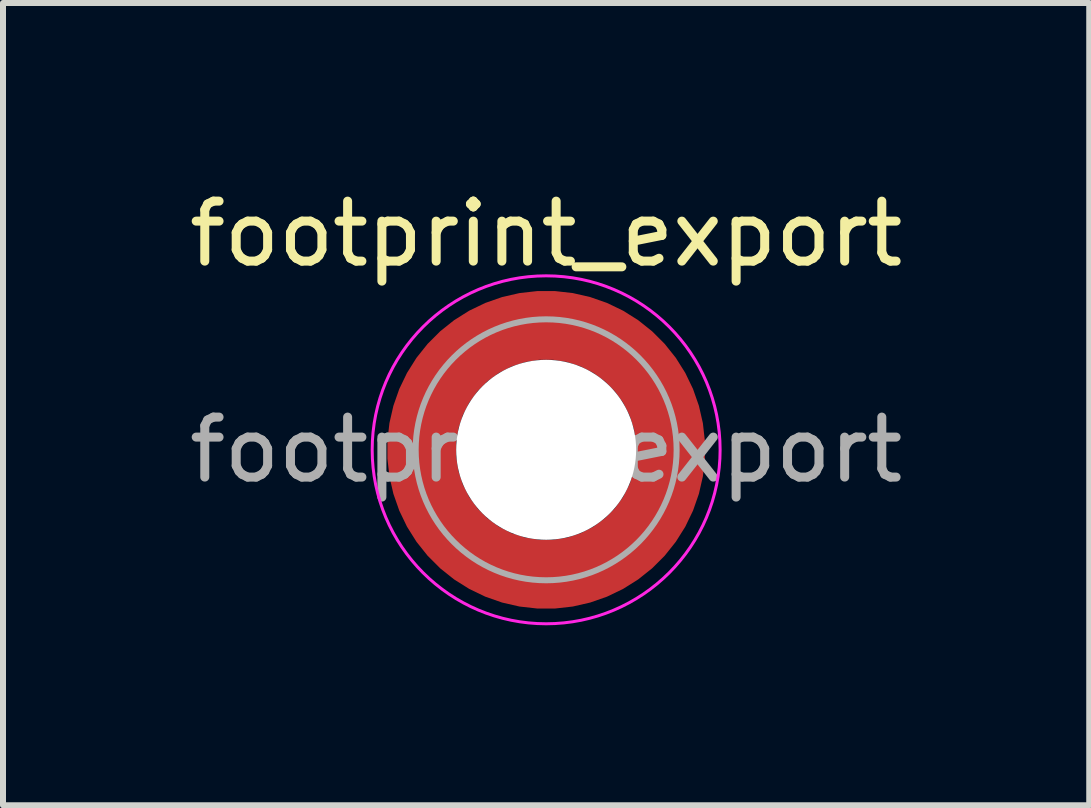
<source format=kicad_pcb>
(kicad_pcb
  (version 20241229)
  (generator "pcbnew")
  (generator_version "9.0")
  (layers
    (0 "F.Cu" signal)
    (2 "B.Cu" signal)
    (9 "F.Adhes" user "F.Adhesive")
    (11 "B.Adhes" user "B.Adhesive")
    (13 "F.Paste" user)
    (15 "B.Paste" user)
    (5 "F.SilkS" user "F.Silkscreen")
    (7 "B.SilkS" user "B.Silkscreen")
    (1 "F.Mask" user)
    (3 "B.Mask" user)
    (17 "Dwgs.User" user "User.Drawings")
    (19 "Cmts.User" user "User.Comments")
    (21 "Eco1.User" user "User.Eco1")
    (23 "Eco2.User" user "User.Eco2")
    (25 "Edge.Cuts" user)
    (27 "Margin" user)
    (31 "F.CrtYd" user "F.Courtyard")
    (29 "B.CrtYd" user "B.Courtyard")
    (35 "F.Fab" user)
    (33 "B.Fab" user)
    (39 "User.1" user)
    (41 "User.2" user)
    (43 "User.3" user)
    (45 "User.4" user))
  (footprint "footprint_export"
    (layer "F.Cu")
    (at 6.054 4.448)
    (property "Reference" "footprint_export" (at 0 -3.6 0) (layer "F.SilkS") (effects (font (size 1 1) (thickness 0.15))))
    (attr smd)
    (fp_circle (center 0 0) (end 2.9 0) (stroke (width 0.05) (type solid)) (fill no) (layer "F.CrtYd"))
    (fp_circle (center 0 0) (end 2.175 0) (stroke (width 0.1) (type solid)) (fill no) (layer "F.Fab"))
    (fp_text user "${REFERENCE}" (at 0 0 0) (layer "F.Fab") (effects (font (size 1 1) (thickness 0.15))))
    (pad "" smd custom (at -1.453 -1.453) (size 0.61 0.61) (layers "F.Paste") (options (anchor circle)) (primitives (gr_arc (start -0.147677 1.053104) (mid 0.285964 0.286792) (end 1.051968 -0.147393) (width 0.2)) (gr_arc (start -0.240295 1.053104) (mid 0.22253 0.222946) (end 1.052531 -0.24016) (width 0.2)) (gr_arc (start -0.332645 1.053104) (mid 0.158548 0.15965) (end 1.051583 -0.332304) (width 0.2)) (gr_arc (start -0.424767 1.053104) (mid 0.09486 0.096059) (end 1.051446 -0.424413) (width 0.2)) (gr_arc (start -0.516693 1.053104) (mid 0.031293 0.032346) (end 1.051645 -0.516396) (width 0.2)) (gr_arc (start -0.608448 1.053104) (mid -0.032323 -0.031316) (end 1.051707 -0.608176) (width 0.2)) (gr_arc (start -0.700056 1.053104) (mid -0.09616 -0.094758) (end 1.051155 -0.699693) (width 0.2)) (gr_arc (start -0.791534 1.053104) (mid -0.160388 -0.15781) (end 1.049515 -0.790891) (width 0.2)) (gr_arc (start -0.882896 1.053104) (mid -0.223713 -0.221764) (end 1.050388 -0.882429) (width 0.2)) (gr_arc (start -0.974157 1.053104) (mid -0.287654 -0.285101) (end 1.049541 -0.973567) (width 0.2)) (gr_line (start 1.053 -0.148) (end 1.053 -0.974) (width 0.2)) (gr_line (start -0.148 1.053) (end -0.974 1.053) (width 0.2))))
    (pad "" smd custom (at -1.453 1.453) (size 0.61 0.61) (layers "F.Paste") (options (anchor circle)) (primitives (gr_arc (start 1.053104 0.147677) (mid 0.286792 -0.285964) (end -0.147393 -1.051968) (width 0.2)) (gr_arc (start 1.053104 0.240295) (mid 0.222946 -0.22253) (end -0.24016 -1.052531) (width 0.2)) (gr_arc (start 1.053104 0.332645) (mid 0.15965 -0.158548) (end -0.332304 -1.051583) (width 0.2)) (gr_arc (start 1.053104 0.424767) (mid 0.096059 -0.09486) (end -0.424413 -1.051446) (width 0.2)) (gr_arc (start 1.053104 0.516693) (mid 0.032346 -0.031293) (end -0.516396 -1.051645) (width 0.2)) (gr_arc (start 1.053104 0.608448) (mid -0.031316 0.032323) (end -0.608176 -1.051707) (width 0.2)) (gr_arc (start 1.053104 0.700056) (mid -0.094758 0.09616) (end -0.699693 -1.051155) (width 0.2)) (gr_arc (start 1.053104 0.791534) (mid -0.15781 0.160388) (end -0.790891 -1.049515) (width 0.2)) (gr_arc (start 1.053104 0.882896) (mid -0.221764 0.223713) (end -0.882429 -1.050388) (width 0.2)) (gr_arc (start 1.053104 0.974157) (mid -0.285101 0.287654) (end -0.973567 -1.049541) (width 0.2)) (gr_line (start -0.148 -1.053) (end -0.974 -1.053) (width 0.2)) (gr_line (start 1.053 0.148) (end 1.053 0.974) (width 0.2))))
    (pad "" np_thru_hole circle (at 0 0) (size 3 3) (drill 3) (layers "*.Cu" "*.Mask"))
    (pad "" smd custom (at 1.453 -1.453) (size 0.61 0.61) (layers "F.Paste") (options (anchor circle)) (primitives (gr_arc (start -1.053104 -0.147677) (mid -0.286792 0.285964) (end 0.147393 1.051968) (width 0.2)) (gr_arc (start -1.053104 -0.240295) (mid -0.222946 0.22253) (end 0.24016 1.052531) (width 0.2)) (gr_arc (start -1.053104 -0.332645) (mid -0.15965 0.158548) (end 0.332304 1.051583) (width 0.2)) (gr_arc (start -1.053104 -0.424767) (mid -0.096059 0.09486) (end 0.424413 1.051446) (width 0.2)) (gr_arc (start -1.053104 -0.516693) (mid -0.032346 0.031293) (end 0.516396 1.051645) (width 0.2)) (gr_arc (start -1.053104 -0.608448) (mid 0.031316 -0.032323) (end 0.608176 1.051707) (width 0.2)) (gr_arc (start -1.053104 -0.700056) (mid 0.094758 -0.09616) (end 0.699693 1.051155) (width 0.2)) (gr_arc (start -1.053104 -0.791534) (mid 0.15781 -0.160388) (end 0.790891 1.049515) (width 0.2)) (gr_arc (start -1.053104 -0.882896) (mid 0.221764 -0.223713) (end 0.882429 1.050388) (width 0.2)) (gr_arc (start -1.053104 -0.974157) (mid 0.285101 -0.287654) (end 0.973567 1.049541) (width 0.2)) (gr_line (start 0.148 1.053) (end 0.974 1.053) (width 0.2)) (gr_line (start -1.053 -0.148) (end -1.053 -0.974) (width 0.2))))
    (pad "" smd custom (at 1.453 1.453) (size 0.61 0.61) (layers "F.Paste") (options (anchor circle)) (primitives (gr_arc (start 0.147677 -1.053104) (mid -0.285964 -0.286792) (end -1.051968 0.147393) (width 0.2)) (gr_arc (start 0.240295 -1.053104) (mid -0.22253 -0.222946) (end -1.052531 0.24016) (width 0.2)) (gr_arc (start 0.332645 -1.053104) (mid -0.158548 -0.15965) (end -1.051583 0.332304) (width 0.2)) (gr_arc (start 0.424767 -1.053104) (mid -0.09486 -0.096059) (end -1.051446 0.424413) (width 0.2)) (gr_arc (start 0.516693 -1.053104) (mid -0.031293 -0.032346) (end -1.051645 0.516396) (width 0.2)) (gr_arc (start 0.608448 -1.053104) (mid 0.032323 0.031316) (end -1.051707 0.608176) (width 0.2)) (gr_arc (start 0.700056 -1.053104) (mid 0.09616 0.094758) (end -1.051155 0.699693) (width 0.2)) (gr_arc (start 0.791534 -1.053104) (mid 0.160388 0.15781) (end -1.049515 0.790891) (width 0.2)) (gr_arc (start 0.882896 -1.053104) (mid 0.223713 0.221764) (end -1.050388 0.882429) (width 0.2)) (gr_arc (start 0.974157 -1.053104) (mid 0.287654 0.285101) (end -1.049541 0.973567) (width 0.2)) (gr_line (start -1.053 0.148) (end -1.053 0.974) (width 0.2)) (gr_line (start 0.148 -1.053) (end 0.974 -1.053) (width 0.2))))
    (pad "1" smd circle (at -2.075 0) (size 0.75 0.75) (layers "F.Cu"))
    (pad "1" smd circle (at 0 -2.075) (size 0.75 0.75) (layers "F.Cu"))
    (pad "1" smd circle (at 0 2.075) (size 0.75 0.75) (layers "F.Cu"))
    (pad "1" smd custom (at 2.075 0) (size 0.75 0.75) (layers "F.Cu" "F.Mask") (options (anchor circle)) (primitives (gr_circle (center -2.075 0) (end 0 0) (width 1.15) (fill no)))))
  (gr_rect
    (start -3 -3)
    (end 15.107 10.373)
    (stroke (width 0.1) (type default))
    (fill no)
    (layer "Edge.Cuts")))
</source>
